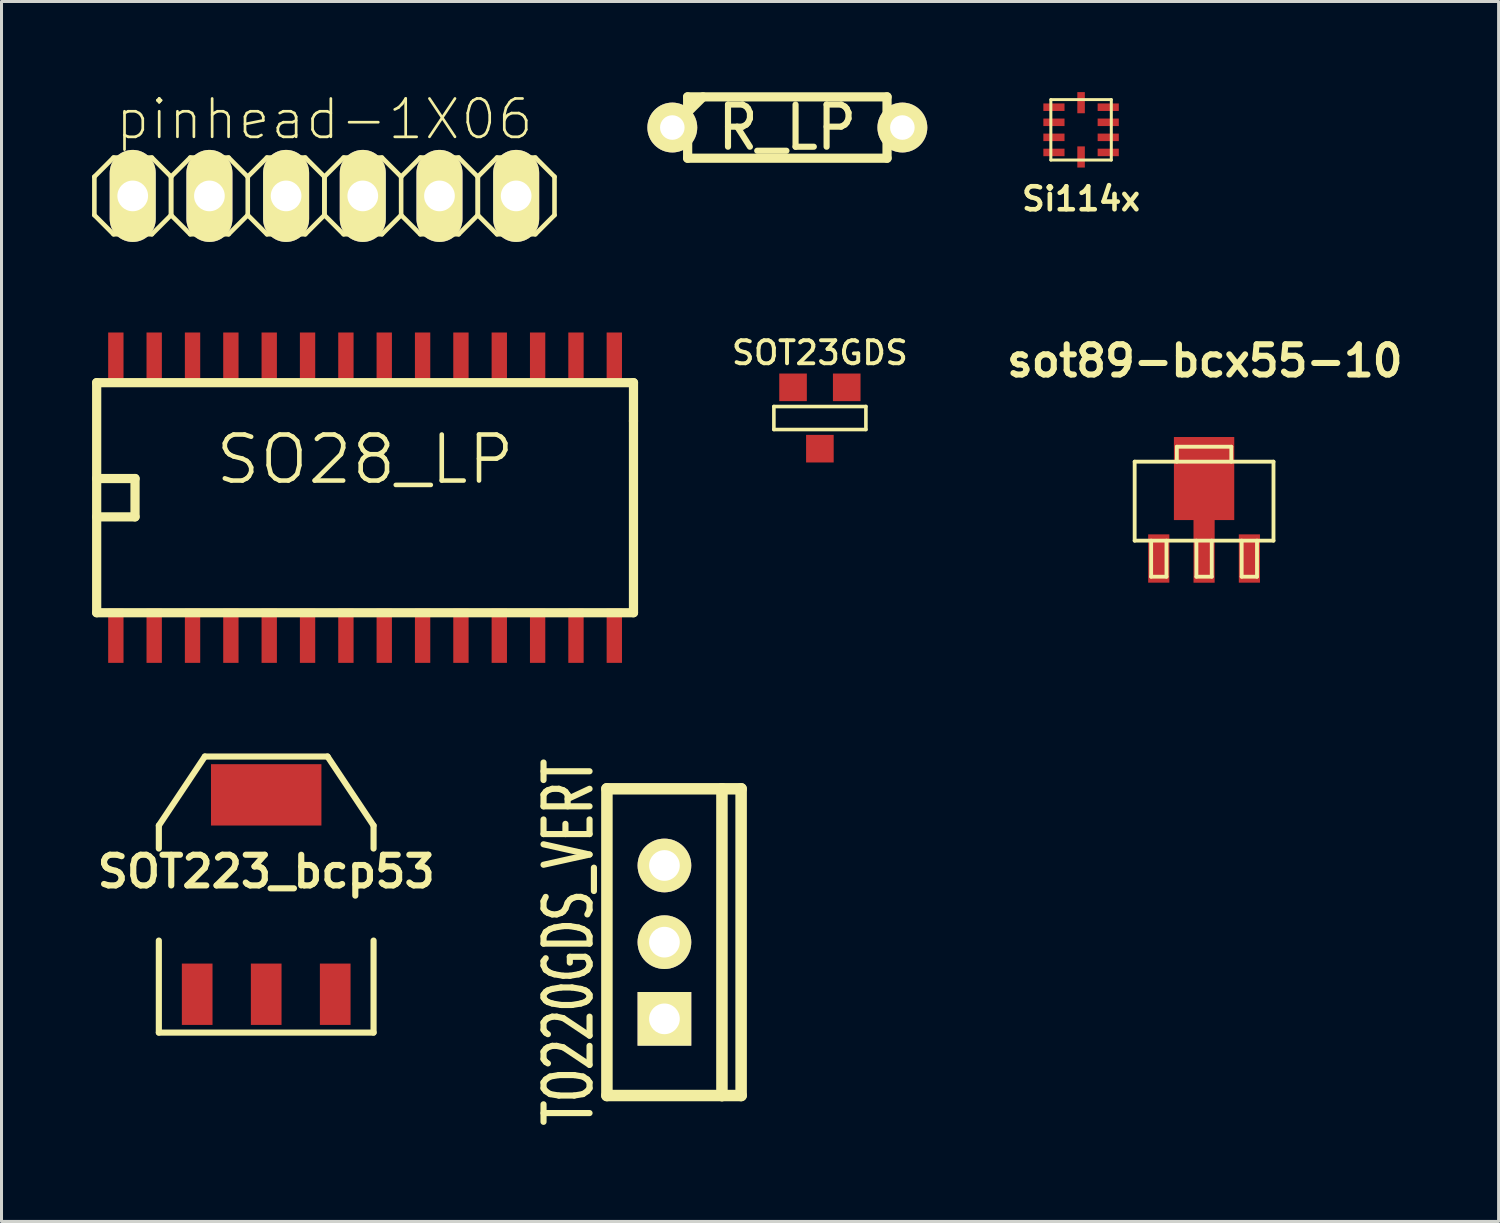
<source format=kicad_pcb>
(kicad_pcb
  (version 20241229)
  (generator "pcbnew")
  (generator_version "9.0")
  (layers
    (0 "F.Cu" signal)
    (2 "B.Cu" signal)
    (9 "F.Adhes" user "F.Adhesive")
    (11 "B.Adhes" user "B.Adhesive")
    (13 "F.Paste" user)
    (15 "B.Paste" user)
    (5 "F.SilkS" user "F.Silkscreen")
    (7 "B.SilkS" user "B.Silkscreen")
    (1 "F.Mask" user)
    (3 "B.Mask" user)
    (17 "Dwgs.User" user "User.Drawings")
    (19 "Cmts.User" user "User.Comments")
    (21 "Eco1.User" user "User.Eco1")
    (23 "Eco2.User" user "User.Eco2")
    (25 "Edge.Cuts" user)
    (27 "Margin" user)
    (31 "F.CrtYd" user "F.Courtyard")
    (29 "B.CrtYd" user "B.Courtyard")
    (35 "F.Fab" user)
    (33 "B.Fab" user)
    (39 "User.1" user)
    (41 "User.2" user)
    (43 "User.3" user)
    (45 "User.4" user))
  (footprint "SOT223_bcp53"
    (layer "F.Cu")
    (at 5.767 26.579)
    (property "Reference" "SOT223_bcp53" (at 0 -0.762 0) (layer "F.SilkS") (effects (font (size 1.016 1.016) (thickness 0.203))))
    (attr smd)
    (fp_line (start -3.556 -2.286) (end -2.032 -4.572) (stroke (width 0.203) (type solid)) (layer "F.SilkS"))
    (fp_line (start -3.556 -1.524) (end -3.556 -2.286) (stroke (width 0.203) (type solid)) (layer "F.SilkS"))
    (fp_line (start -3.556 1.524) (end -3.556 4.572) (stroke (width 0.203) (type solid)) (layer "F.SilkS"))
    (fp_line (start -3.556 4.572) (end 3.556 4.572) (stroke (width 0.203) (type solid)) (layer "F.SilkS"))
    (fp_line (start -2.032 -4.572) (end 2.032 -4.572) (stroke (width 0.203) (type solid)) (layer "F.SilkS"))
    (fp_line (start 2.032 -4.572) (end 3.556 -2.286) (stroke (width 0.203) (type solid)) (layer "F.SilkS"))
    (fp_line (start 3.556 -2.286) (end 3.556 -1.524) (stroke (width 0.203) (type solid)) (layer "F.SilkS"))
    (fp_line (start 3.556 4.572) (end 3.556 1.524) (stroke (width 0.203) (type solid)) (layer "F.SilkS"))
    (pad "1" smd rect (at 2.286 3.302) (size 1.016 2.032) (layers "F.Cu" "F.Mask" "F.Paste"))
    (pad "2" smd rect (at -2.286 3.302) (size 1.016 2.032) (layers "F.Cu" "F.Mask" "F.Paste"))
    (pad "3" smd rect (at 0 -3.302) (size 3.658 2.032) (layers "F.Cu" "F.Mask" "F.Paste"))
    (pad "3" smd rect (at 0 3.302) (size 1.016 2.032) (layers "F.Cu" "F.Mask" "F.Paste")))
  (footprint "SO28_LP"
    (layer "F.Cu")
    (at 9.042 13.434)
    (property "Reference" "SO28_LP" (at 0 -1.265 0) (layer "F.SilkS") (effects (font (size 1.524 1.524) (thickness 0.152))))
    (attr smd)
    (fp_line (start -8.89 -3.81) (end 8.89 -3.81) (stroke (width 0.305) (type solid)) (layer "F.SilkS"))
    (fp_line (start -8.89 -0.635) (end -7.62 -0.635) (stroke (width 0.305) (type solid)) (layer "F.SilkS"))
    (fp_line (start -8.89 3.81) (end -8.89 -3.81) (stroke (width 0.305) (type solid)) (layer "F.SilkS"))
    (fp_line (start -7.62 -0.635) (end -7.62 0.635) (stroke (width 0.305) (type solid)) (layer "F.SilkS"))
    (fp_line (start -7.62 0.635) (end -8.89 0.635) (stroke (width 0.305) (type solid)) (layer "F.SilkS"))
    (fp_line (start 8.89 -3.81) (end 8.89 -2.54) (stroke (width 0.305) (type solid)) (layer "F.SilkS"))
    (fp_line (start 8.89 -2.54) (end 8.89 3.81) (stroke (width 0.305) (type solid)) (layer "F.SilkS"))
    (fp_line (start 8.89 3.81) (end -8.89 3.81) (stroke (width 0.305) (type solid)) (layer "F.SilkS"))
    (pad "1" smd rect (at -8.255 4.572) (size 0.508 1.798) (layers "F.Cu" "F.Mask" "F.Paste"))
    (pad "2" smd rect (at -6.985 4.572) (size 0.508 1.798) (layers "F.Cu" "F.Mask" "F.Paste"))
    (pad "3" smd rect (at -5.715 4.572) (size 0.508 1.798) (layers "F.Cu" "F.Mask" "F.Paste"))
    (pad "4" smd rect (at -4.445 4.572) (size 0.508 1.798) (layers "F.Cu" "F.Mask" "F.Paste"))
    (pad "5" smd rect (at -3.175 4.572) (size 0.508 1.798) (layers "F.Cu" "F.Mask" "F.Paste"))
    (pad "6" smd rect (at -1.905 4.572) (size 0.508 1.798) (layers "F.Cu" "F.Mask" "F.Paste"))
    (pad "7" smd rect (at -0.635 4.572) (size 0.508 1.798) (layers "F.Cu" "F.Mask" "F.Paste"))
    (pad "8" smd rect (at 0.635 4.572) (size 0.508 1.798) (layers "F.Cu" "F.Mask" "F.Paste"))
    (pad "9" smd rect (at 1.905 4.572) (size 0.508 1.798) (layers "F.Cu" "F.Mask" "F.Paste"))
    (pad "10" smd rect (at 3.175 4.572) (size 0.508 1.798) (layers "F.Cu" "F.Mask" "F.Paste"))
    (pad "11" smd rect (at 4.445 4.572) (size 0.508 1.798) (layers "F.Cu" "F.Mask" "F.Paste"))
    (pad "12" smd rect (at 5.715 4.572) (size 0.508 1.798) (layers "F.Cu" "F.Mask" "F.Paste"))
    (pad "13" smd rect (at 6.985 4.572) (size 0.508 1.798) (layers "F.Cu" "F.Mask" "F.Paste"))
    (pad "14" smd rect (at 8.255 4.572) (size 0.508 1.798) (layers "F.Cu" "F.Mask" "F.Paste"))
    (pad "15" smd rect (at 8.255 -4.572) (size 0.508 1.798) (layers "F.Cu" "F.Mask" "F.Paste"))
    (pad "16" smd rect (at 6.985 -4.572) (size 0.508 1.798) (layers "F.Cu" "F.Mask" "F.Paste"))
    (pad "17" smd rect (at 5.715 -4.572) (size 0.508 1.798) (layers "F.Cu" "F.Mask" "F.Paste"))
    (pad "18" smd rect (at 4.445 -4.572) (size 0.508 1.798) (layers "F.Cu" "F.Mask" "F.Paste"))
    (pad "19" smd rect (at 3.175 -4.572) (size 0.508 1.798) (layers "F.Cu" "F.Mask" "F.Paste"))
    (pad "20" smd rect (at 1.905 -4.572) (size 0.508 1.798) (layers "F.Cu" "F.Mask" "F.Paste"))
    (pad "21" smd rect (at 0.635 -4.572) (size 0.508 1.798) (layers "F.Cu" "F.Mask" "F.Paste"))
    (pad "22" smd rect (at -0.635 -4.572) (size 0.508 1.798) (layers "F.Cu" "F.Mask" "F.Paste"))
    (pad "23" smd rect (at -1.905 -4.572) (size 0.508 1.798) (layers "F.Cu" "F.Mask" "F.Paste"))
    (pad "24" smd rect (at -3.175 -4.572) (size 0.508 1.798) (layers "F.Cu" "F.Mask" "F.Paste"))
    (pad "25" smd rect (at -4.445 -4.572) (size 0.508 1.798) (layers "F.Cu" "F.Mask" "F.Paste"))
    (pad "26" smd rect (at -5.715 -4.572) (size 0.508 1.798) (layers "F.Cu" "F.Mask" "F.Paste"))
    (pad "27" smd rect (at -6.985 -4.572) (size 0.508 1.798) (layers "F.Cu" "F.Mask" "F.Paste"))
    (pad "28" smd rect (at -8.255 -4.572) (size 0.508 1.798) (layers "F.Cu" "F.Mask" "F.Paste")))
  (footprint "Si114x"
    (layer "F.Cu")
    (at 32.757 1.25)
    (property "Reference" "Si114x" (at 0 2.286 0) (layer "F.SilkS") (effects (font (size 0.762 0.762) (thickness 0.152))))
    (attr through_hole)
    (fp_line (start -1.001 -1.001) (end -1.001 1.001) (stroke (width 0.099) (type solid)) (layer "F.SilkS"))
    (fp_line (start -1.001 1.001) (end 1.001 1.001) (stroke (width 0.099) (type solid)) (layer "F.SilkS"))
    (fp_line (start 1.001 -1.001) (end -1.001 -1.001) (stroke (width 0.099) (type solid)) (layer "F.SilkS"))
    (fp_line (start 1.001 1.001) (end 1.001 -1.001) (stroke (width 0.099) (type solid)) (layer "F.SilkS"))
    (pad "1" smd rect (at -0.899 -0.749) (size 0.701 0.249) (layers "F.Cu" "F.Mask" "F.Paste"))
    (pad "2" smd rect (at -0.899 -0.249) (size 0.701 0.249) (layers "F.Cu" "F.Mask" "F.Paste"))
    (pad "3" smd rect (at -0.899 0.249) (size 0.701 0.249) (layers "F.Cu" "F.Mask" "F.Paste"))
    (pad "4" smd rect (at -0.899 0.749) (size 0.701 0.249) (layers "F.Cu" "F.Mask" "F.Paste"))
    (pad "5" smd rect (at 0 0.899) (size 0.249 0.701) (layers "F.Cu" "F.Mask" "F.Paste"))
    (pad "6" smd rect (at 0.899 0.749) (size 0.701 0.249) (layers "F.Cu" "F.Mask" "F.Paste"))
    (pad "7" smd rect (at 0.899 0.249) (size 0.701 0.249) (layers "F.Cu" "F.Mask" "F.Paste"))
    (pad "8" smd rect (at 0.899 -0.249) (size 0.701 0.249) (layers "F.Cu" "F.Mask" "F.Paste"))
    (pad "9" smd rect (at 0.899 -0.749) (size 0.701 0.249) (layers "F.Cu" "F.Mask" "F.Paste"))
    (pad "10" smd rect (at 0 -0.899) (size 0.249 0.701) (layers "F.Cu" "F.Mask" "F.Paste")))
  (footprint "SOT23GDS"
    (layer "F.Cu")
    (at 24.106 10.795)
    (property "Reference" "SOT23GDS" (at 0 -2.159 0) (layer "F.SilkS") (effects (font (size 0.762 0.762) (thickness 0.13))))
    (attr smd)
    (fp_line (start -1.524 -0.381) (end 1.524 -0.381) (stroke (width 0.119) (type solid)) (layer "F.SilkS"))
    (fp_line (start -1.524 0.381) (end -1.524 -0.381) (stroke (width 0.119) (type solid)) (layer "F.SilkS"))
    (fp_line (start 1.524 -0.381) (end 1.524 0.381) (stroke (width 0.119) (type solid)) (layer "F.SilkS"))
    (fp_line (start 1.524 0.381) (end -1.524 0.381) (stroke (width 0.119) (type solid)) (layer "F.SilkS"))
    (pad "D" smd rect (at 0 1.016) (size 0.914 0.914) (layers "F.Cu" "F.Mask" "F.Paste"))
    (pad "G" smd rect (at 0.889 -1.016) (size 0.914 0.914) (layers "F.Cu" "F.Mask" "F.Paste"))
    (pad "S" smd rect (at -0.889 -1.016) (size 0.914 0.914) (layers "F.Cu" "F.Mask" "F.Paste")))
  (footprint "pinhead-1X06"
    (layer "F.Cu")
    (at 7.696 3.439)
    (property "Reference" "pinhead-1X06" (at 0 -2.54 0) (layer "F.SilkS") (effects (font (size 1.27 1.27) (thickness 0.089))))
    (attr exclude_from_pos_files exclude_from_bom)
    (fp_line (start -7.62 -0.635) (end -7.62 0.635) (stroke (width 0.152) (type solid)) (layer "F.SilkS"))
    (fp_line (start -7.62 -0.635) (end -6.985 -1.27) (stroke (width 0.152) (type solid)) (layer "F.SilkS"))
    (fp_line (start -6.985 -1.27) (end -5.715 -1.27) (stroke (width 0.152) (type solid)) (layer "F.SilkS"))
    (fp_line (start -6.985 1.27) (end -7.62 0.635) (stroke (width 0.152) (type solid)) (layer "F.SilkS"))
    (fp_line (start -6.604 -0.254) (end -6.096 -0.254) (stroke (width 0.066) (type solid)) (layer "F.SilkS"))
    (fp_line (start -6.604 0.254) (end -6.604 -0.254) (stroke (width 0.066) (type solid)) (layer "F.SilkS"))
    (fp_line (start -6.604 0.254) (end -6.096 0.254) (stroke (width 0.066) (type solid)) (layer "F.SilkS"))
    (fp_line (start -6.096 0.254) (end -6.096 -0.254) (stroke (width 0.066) (type solid)) (layer "F.SilkS"))
    (fp_line (start -5.715 -1.27) (end -5.08 -0.635) (stroke (width 0.152) (type solid)) (layer "F.SilkS"))
    (fp_line (start -5.715 1.27) (end -6.985 1.27) (stroke (width 0.152) (type solid)) (layer "F.SilkS"))
    (fp_line (start -5.08 -0.635) (end -5.08 0.635) (stroke (width 0.152) (type solid)) (layer "F.SilkS"))
    (fp_line (start -5.08 -0.635) (end -5.08 0.635) (stroke (width 0.152) (type solid)) (layer "F.SilkS"))
    (fp_line (start -5.08 0.635) (end -5.715 1.27) (stroke (width 0.152) (type solid)) (layer "F.SilkS"))
    (fp_line (start -5.08 0.635) (end -4.445 1.27) (stroke (width 0.152) (type solid)) (layer "F.SilkS"))
    (fp_line (start -4.445 -1.27) (end -5.08 -0.635) (stroke (width 0.152) (type solid)) (layer "F.SilkS"))
    (fp_line (start -4.445 -1.27) (end -3.175 -1.27) (stroke (width 0.152) (type solid)) (layer "F.SilkS"))
    (fp_line (start -4.064 -0.254) (end -3.556 -0.254) (stroke (width 0.066) (type solid)) (layer "F.SilkS"))
    (fp_line (start -4.064 0.254) (end -4.064 -0.254) (stroke (width 0.066) (type solid)) (layer "F.SilkS"))
    (fp_line (start -4.064 0.254) (end -3.556 0.254) (stroke (width 0.066) (type solid)) (layer "F.SilkS"))
    (fp_line (start -3.556 0.254) (end -3.556 -0.254) (stroke (width 0.066) (type solid)) (layer "F.SilkS"))
    (fp_line (start -3.175 -1.27) (end -2.54 -0.635) (stroke (width 0.152) (type solid)) (layer "F.SilkS"))
    (fp_line (start -3.175 1.27) (end -4.445 1.27) (stroke (width 0.152) (type solid)) (layer "F.SilkS"))
    (fp_line (start -2.54 -0.635) (end -2.54 0.635) (stroke (width 0.152) (type solid)) (layer "F.SilkS"))
    (fp_line (start -2.54 -0.635) (end -1.905 -1.27) (stroke (width 0.152) (type solid)) (layer "F.SilkS"))
    (fp_line (start -2.54 0.635) (end -3.175 1.27) (stroke (width 0.152) (type solid)) (layer "F.SilkS"))
    (fp_line (start -1.905 -1.27) (end -0.635 -1.27) (stroke (width 0.152) (type solid)) (layer "F.SilkS"))
    (fp_line (start -1.905 1.27) (end -2.54 0.635) (stroke (width 0.152) (type solid)) (layer "F.SilkS"))
    (fp_line (start -1.524 -0.254) (end -1.016 -0.254) (stroke (width 0.066) (type solid)) (layer "F.SilkS"))
    (fp_line (start -1.524 0.254) (end -1.524 -0.254) (stroke (width 0.066) (type solid)) (layer "F.SilkS"))
    (fp_line (start -1.524 0.254) (end -1.016 0.254) (stroke (width 0.066) (type solid)) (layer "F.SilkS"))
    (fp_line (start -1.016 0.254) (end -1.016 -0.254) (stroke (width 0.066) (type solid)) (layer "F.SilkS"))
    (fp_line (start -0.635 -1.27) (end 0 -0.635) (stroke (width 0.152) (type solid)) (layer "F.SilkS"))
    (fp_line (start -0.635 1.27) (end -1.905 1.27) (stroke (width 0.152) (type solid)) (layer "F.SilkS"))
    (fp_line (start 0 -0.635) (end 0 0.635) (stroke (width 0.152) (type solid)) (layer "F.SilkS"))
    (fp_line (start 0 -0.635) (end 0 0.635) (stroke (width 0.152) (type solid)) (layer "F.SilkS"))
    (fp_line (start 0 0.635) (end -0.635 1.27) (stroke (width 0.152) (type solid)) (layer "F.SilkS"))
    (fp_line (start 0 0.635) (end 0.635 1.27) (stroke (width 0.152) (type solid)) (layer "F.SilkS"))
    (fp_line (start 0.635 -1.27) (end 0 -0.635) (stroke (width 0.152) (type solid)) (layer "F.SilkS"))
    (fp_line (start 0.635 -1.27) (end 1.905 -1.27) (stroke (width 0.152) (type solid)) (layer "F.SilkS"))
    (fp_line (start 1.016 -0.254) (end 1.524 -0.254) (stroke (width 0.066) (type solid)) (layer "F.SilkS"))
    (fp_line (start 1.016 0.254) (end 1.016 -0.254) (stroke (width 0.066) (type solid)) (layer "F.SilkS"))
    (fp_line (start 1.016 0.254) (end 1.524 0.254) (stroke (width 0.066) (type solid)) (layer "F.SilkS"))
    (fp_line (start 1.524 0.254) (end 1.524 -0.254) (stroke (width 0.066) (type solid)) (layer "F.SilkS"))
    (fp_line (start 1.905 -1.27) (end 2.54 -0.635) (stroke (width 0.152) (type solid)) (layer "F.SilkS"))
    (fp_line (start 1.905 1.27) (end 0.635 1.27) (stroke (width 0.152) (type solid)) (layer "F.SilkS"))
    (fp_line (start 2.54 -0.635) (end 2.54 0.635) (stroke (width 0.152) (type solid)) (layer "F.SilkS"))
    (fp_line (start 2.54 -0.635) (end 3.175 -1.27) (stroke (width 0.152) (type solid)) (layer "F.SilkS"))
    (fp_line (start 2.54 0.635) (end 1.905 1.27) (stroke (width 0.152) (type solid)) (layer "F.SilkS"))
    (fp_line (start 3.175 -1.27) (end 4.445 -1.27) (stroke (width 0.152) (type solid)) (layer "F.SilkS"))
    (fp_line (start 3.175 1.27) (end 2.54 0.635) (stroke (width 0.152) (type solid)) (layer "F.SilkS"))
    (fp_line (start 3.556 -0.254) (end 4.064 -0.254) (stroke (width 0.066) (type solid)) (layer "F.SilkS"))
    (fp_line (start 3.556 0.254) (end 3.556 -0.254) (stroke (width 0.066) (type solid)) (layer "F.SilkS"))
    (fp_line (start 3.556 0.254) (end 4.064 0.254) (stroke (width 0.066) (type solid)) (layer "F.SilkS"))
    (fp_line (start 4.064 0.254) (end 4.064 -0.254) (stroke (width 0.066) (type solid)) (layer "F.SilkS"))
    (fp_line (start 4.445 -1.27) (end 5.08 -0.635) (stroke (width 0.152) (type solid)) (layer "F.SilkS"))
    (fp_line (start 4.445 1.27) (end 3.175 1.27) (stroke (width 0.152) (type solid)) (layer "F.SilkS"))
    (fp_line (start 5.08 -0.635) (end 5.08 0.635) (stroke (width 0.152) (type solid)) (layer "F.SilkS"))
    (fp_line (start 5.08 -0.635) (end 5.08 0.635) (stroke (width 0.152) (type solid)) (layer "F.SilkS"))
    (fp_line (start 5.08 0.635) (end 4.445 1.27) (stroke (width 0.152) (type solid)) (layer "F.SilkS"))
    (fp_line (start 5.08 0.635) (end 5.715 1.27) (stroke (width 0.152) (type solid)) (layer "F.SilkS"))
    (fp_line (start 5.715 -1.27) (end 5.08 -0.635) (stroke (width 0.152) (type solid)) (layer "F.SilkS"))
    (fp_line (start 5.715 -1.27) (end 6.985 -1.27) (stroke (width 0.152) (type solid)) (layer "F.SilkS"))
    (fp_line (start 6.096 -0.254) (end 6.604 -0.254) (stroke (width 0.066) (type solid)) (layer "F.SilkS"))
    (fp_line (start 6.096 0.254) (end 6.096 -0.254) (stroke (width 0.066) (type solid)) (layer "F.SilkS"))
    (fp_line (start 6.096 0.254) (end 6.604 0.254) (stroke (width 0.066) (type solid)) (layer "F.SilkS"))
    (fp_line (start 6.604 0.254) (end 6.604 -0.254) (stroke (width 0.066) (type solid)) (layer "F.SilkS"))
    (fp_line (start 6.985 -1.27) (end 7.62 -0.635) (stroke (width 0.152) (type solid)) (layer "F.SilkS"))
    (fp_line (start 6.985 1.27) (end 5.715 1.27) (stroke (width 0.152) (type solid)) (layer "F.SilkS"))
    (fp_line (start 7.62 -0.635) (end 7.62 0.635) (stroke (width 0.152) (type solid)) (layer "F.SilkS"))
    (fp_line (start 7.62 0.635) (end 6.985 1.27) (stroke (width 0.152) (type solid)) (layer "F.SilkS"))
    (pad "1" thru_hole oval (at -6.35 0) (size 1.524 3.048) (drill 1.016) (layers "*.Cu" "*.Mask" "F.SilkS"))
    (pad "2" thru_hole oval (at -3.81 0) (size 1.524 3.048) (drill 1.016) (layers "*.Cu" "*.Mask" "F.SilkS"))
    (pad "3" thru_hole oval (at -1.27 0) (size 1.524 3.048) (drill 1.016) (layers "*.Cu" "*.Mask" "F.SilkS"))
    (pad "4" thru_hole oval (at 1.27 0) (size 1.524 3.048) (drill 1.016) (layers "*.Cu" "*.Mask" "F.SilkS"))
    (pad "5" thru_hole oval (at 3.81 0) (size 1.524 3.048) (drill 1.016) (layers "*.Cu" "*.Mask" "F.SilkS"))
    (pad "6" thru_hole oval (at 6.35 0) (size 1.524 3.048) (drill 1.016) (layers "*.Cu" "*.Mask" "F.SilkS")))
  (footprint "TO220GDS_VERT"
    (layer "F.Cu")
    (at 18.957 28.156)
    (property "Reference" "TO220GDS_VERT" (at -3.175 0 90) (layer "F.SilkS") (effects (font (size 1.524 1.016) (thickness 0.203))))
    (attr through_hole)
    (fp_line (start -1.905 -5.08) (end 1.905 -5.08) (stroke (width 0.381) (type solid)) (layer "F.SilkS"))
    (fp_line (start -1.905 5.08) (end -1.905 -5.08) (stroke (width 0.381) (type solid)) (layer "F.SilkS"))
    (fp_line (start 1.905 -5.08) (end 1.905 5.08) (stroke (width 0.381) (type solid)) (layer "F.SilkS"))
    (fp_line (start 1.905 -5.08) (end 2.54 -5.08) (stroke (width 0.381) (type solid)) (layer "F.SilkS"))
    (fp_line (start 1.905 5.08) (end -1.905 5.08) (stroke (width 0.381) (type solid)) (layer "F.SilkS"))
    (fp_line (start 2.54 -5.08) (end 2.54 5.08) (stroke (width 0.381) (type solid)) (layer "F.SilkS"))
    (fp_line (start 2.54 5.08) (end 1.905 5.08) (stroke (width 0.381) (type solid)) (layer "F.SilkS"))
    (pad "D" thru_hole circle (at 0 0) (size 1.778 1.778) (drill 1.016) (layers "*.Cu" "*.Mask" "F.SilkS"))
    (pad "G" thru_hole circle (at 0 -2.54) (size 1.778 1.778) (drill 1.016) (layers "*.Cu" "*.Mask" "F.SilkS"))
    (pad "S" thru_hole rect (at 0 2.54) (size 1.778 1.778) (drill 1.016) (layers "*.Cu" "*.Mask" "F.SilkS")))
  (footprint "R_LP"
    (layer "F.Cu")
    (at 23.028 1.174)
    (property "Reference" "R_LP" (at 0 0 0) (layer "F.SilkS") (effects (font (size 1.397 1.27) (thickness 0.203))))
    (attr through_hole)
    (fp_line (start -3.81 0) (end -3.302 0) (stroke (width 0.305) (type solid)) (layer "F.SilkS"))
    (fp_line (start -3.302 -1.016) (end -3.302 1.016) (stroke (width 0.305) (type solid)) (layer "F.SilkS"))
    (fp_line (start -3.302 -0.508) (end -2.794 -1.016) (stroke (width 0.305) (type solid)) (layer "F.SilkS"))
    (fp_line (start -3.302 1.016) (end 3.302 1.016) (stroke (width 0.305) (type solid)) (layer "F.SilkS"))
    (fp_line (start 3.302 -1.016) (end -3.302 -1.016) (stroke (width 0.305) (type solid)) (layer "F.SilkS"))
    (fp_line (start 3.302 0) (end 3.302 -1.016) (stroke (width 0.305) (type solid)) (layer "F.SilkS"))
    (fp_line (start 3.302 1.016) (end 3.302 0) (stroke (width 0.305) (type solid)) (layer "F.SilkS"))
    (fp_line (start 3.81 0) (end 3.302 0) (stroke (width 0.305) (type solid)) (layer "F.SilkS"))
    (pad "1" thru_hole circle (at -3.81 0) (size 1.651 1.651) (drill 0.813) (layers "*.Cu" "*.Mask" "F.SilkS"))
    (pad "2" thru_hole circle (at 3.81 0) (size 1.651 1.651) (drill 0.813) (layers "*.Cu" "*.Mask" "F.SilkS")))
  (footprint "sot89-bcx55-10"
    (layer "F.Cu")
    (at 36.831 13.549)
    (property "Reference" "sot89-bcx55-10" (at 0.025 -4.648 0) (layer "F.SilkS") (effects (font (size 1.001 1.001) (thickness 0.201))))
    (attr through_hole)
    (fp_line (start -2.299 -1.308) (end 2.299 -1.308) (stroke (width 0.127) (type solid)) (layer "F.SilkS"))
    (fp_line (start -2.299 1.308) (end -2.299 -1.308) (stroke (width 0.127) (type solid)) (layer "F.SilkS"))
    (fp_line (start -1.753 2.502) (end -1.753 1.308) (stroke (width 0.127) (type solid)) (layer "F.SilkS"))
    (fp_line (start -1.753 2.502) (end -1.245 2.502) (stroke (width 0.127) (type solid)) (layer "F.SilkS"))
    (fp_line (start -1.245 2.502) (end -1.245 1.308) (stroke (width 0.127) (type solid)) (layer "F.SilkS"))
    (fp_line (start -0.902 -1.803) (end -0.902 -1.308) (stroke (width 0.127) (type solid)) (layer "F.SilkS"))
    (fp_line (start -0.902 -1.803) (end 0.902 -1.803) (stroke (width 0.127) (type solid)) (layer "F.SilkS"))
    (fp_line (start -0.254 2.502) (end -0.254 1.308) (stroke (width 0.127) (type solid)) (layer "F.SilkS"))
    (fp_line (start -0.254 2.502) (end 0.254 2.502) (stroke (width 0.127) (type solid)) (layer "F.SilkS"))
    (fp_line (start 0.254 2.502) (end 0.254 1.308) (stroke (width 0.127) (type solid)) (layer "F.SilkS"))
    (fp_line (start 0.902 -1.803) (end 0.902 -1.308) (stroke (width 0.127) (type solid)) (layer "F.SilkS"))
    (fp_line (start 1.245 2.502) (end 1.245 1.308) (stroke (width 0.127) (type solid)) (layer "F.SilkS"))
    (fp_line (start 1.245 2.502) (end 1.753 2.502) (stroke (width 0.127) (type solid)) (layer "F.SilkS"))
    (fp_line (start 1.753 2.502) (end 1.753 1.308) (stroke (width 0.127) (type solid)) (layer "F.SilkS"))
    (fp_line (start 2.299 -1.308) (end 2.299 1.308) (stroke (width 0.127) (type solid)) (layer "F.SilkS"))
    (fp_line (start 2.299 1.308) (end -2.299 1.308) (stroke (width 0.127) (type solid)) (layer "F.SilkS"))
    (pad "1" smd rect (at 1.501 1.9) (size 0.701 1.6) (layers "F.Cu" "F.Mask" "F.Paste"))
    (pad "2" smd rect (at -1.501 1.9) (size 0.701 1.6) (layers "F.Cu" "F.Mask" "F.Paste"))
    (pad "3" smd rect (at 0 -0.749) (size 1.999 2.751) (layers "F.Cu" "F.Mask" "F.Paste"))
    (pad "3" smd rect (at 0 1.651) (size 0.701 2.101) (layers "F.Cu" "F.Mask" "F.Paste")))
  (gr_rect
    (start -3 -3)
    (end 46.586 37.407)
    (stroke (width 0.1) (type default))
    (fill no)
    (layer "Edge.Cuts")))
</source>
